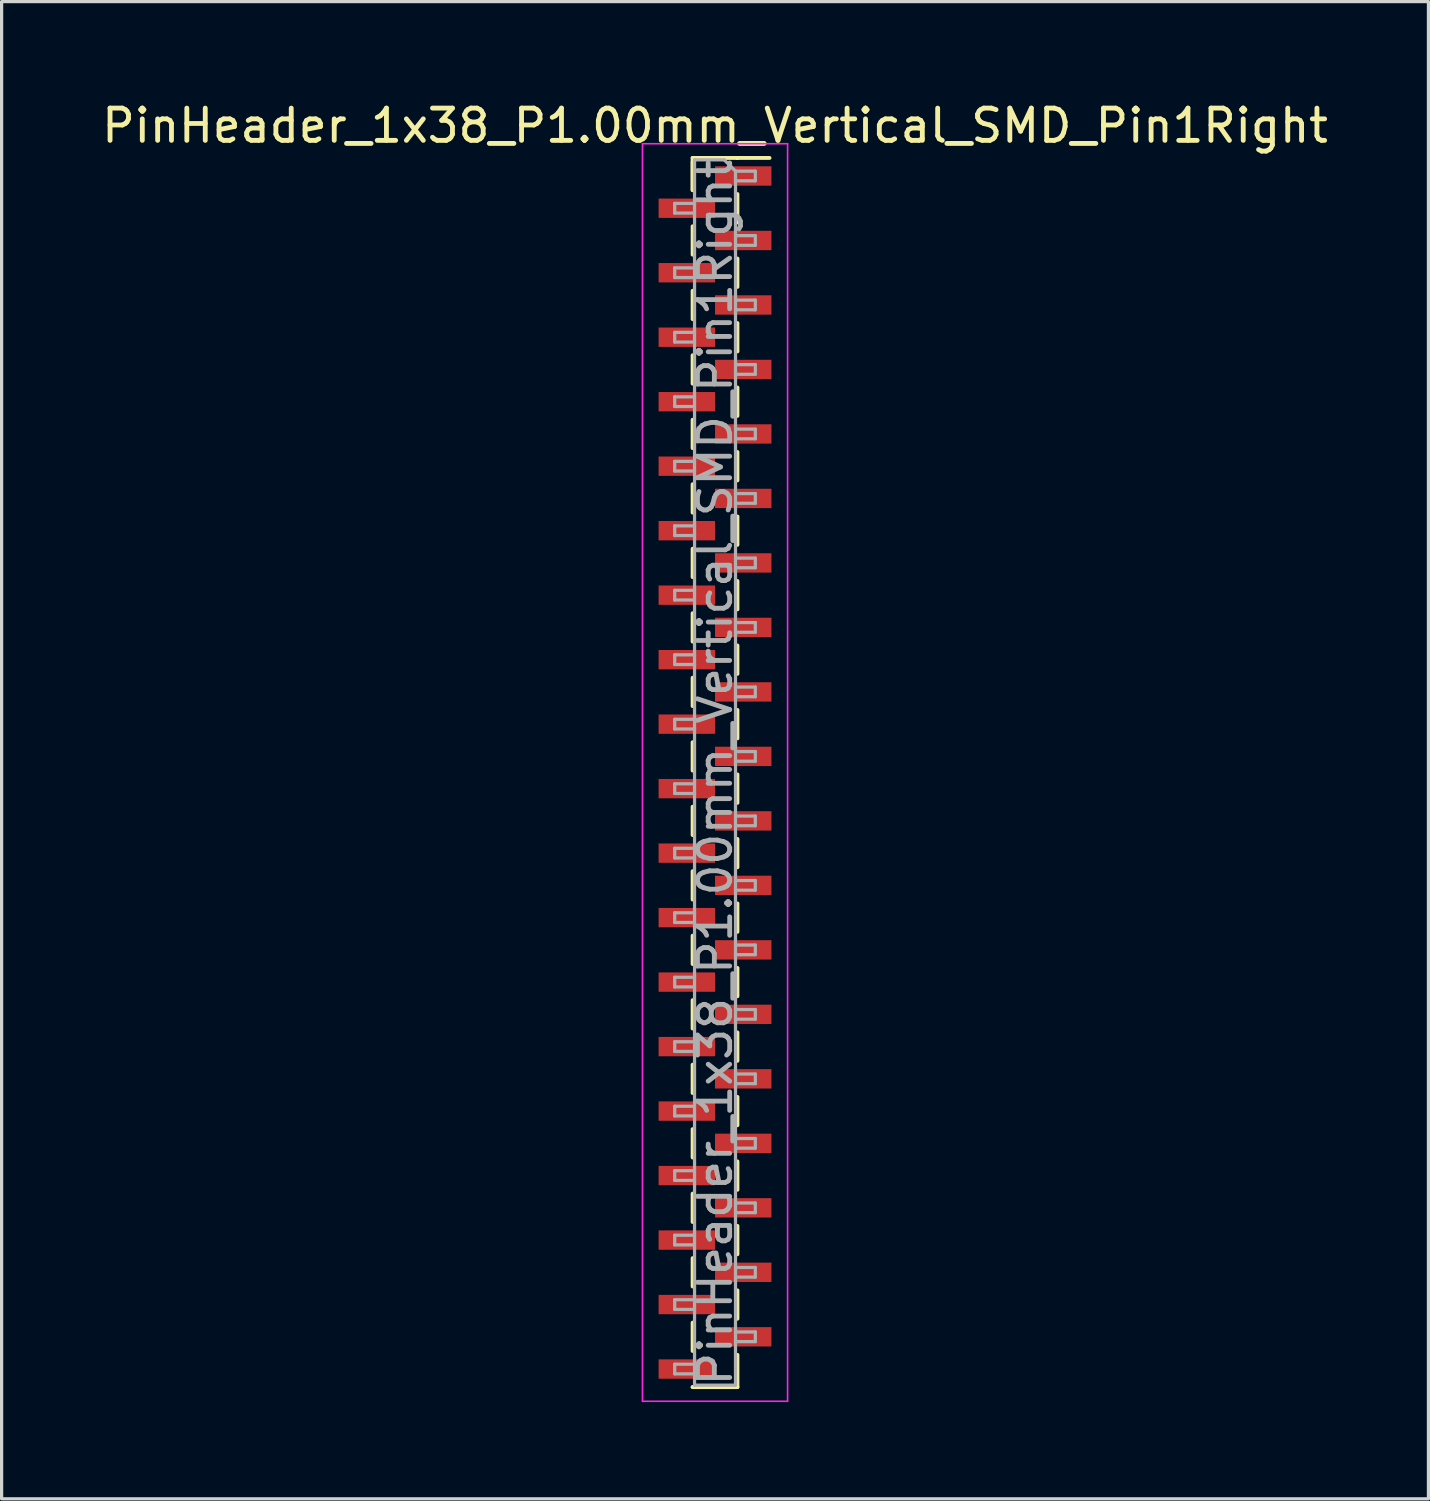
<source format=kicad_pcb>
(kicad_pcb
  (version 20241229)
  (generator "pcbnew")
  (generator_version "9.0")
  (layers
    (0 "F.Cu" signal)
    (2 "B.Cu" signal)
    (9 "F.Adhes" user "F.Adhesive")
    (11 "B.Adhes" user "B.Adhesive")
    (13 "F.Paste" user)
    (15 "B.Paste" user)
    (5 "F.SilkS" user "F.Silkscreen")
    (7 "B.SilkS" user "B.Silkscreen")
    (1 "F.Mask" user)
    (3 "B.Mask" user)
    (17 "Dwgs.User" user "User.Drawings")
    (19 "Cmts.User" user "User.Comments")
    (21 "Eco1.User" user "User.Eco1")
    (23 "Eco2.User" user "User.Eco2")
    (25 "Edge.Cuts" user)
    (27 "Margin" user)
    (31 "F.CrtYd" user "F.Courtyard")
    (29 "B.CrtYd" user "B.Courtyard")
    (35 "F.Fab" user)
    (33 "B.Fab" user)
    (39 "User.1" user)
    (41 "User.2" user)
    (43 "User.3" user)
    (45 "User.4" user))
  (footprint "PinHeader_1x38_P1.00mm_Vertical_SMD_Pin1Right"
    (layer "F.Cu")
    (at 19.125 20.908)
    (property "Reference" "PinHeader_1x38_P1.00mm_Vertical_SMD_Pin1Right" (at 0 -20.06 0) (layer "F.SilkS") (effects (font (size 1 1) (thickness 0.15))))
    (attr smd)
    (fp_line (start -0.695 -19.06) (end -0.695 -18.06) (stroke (width 0.12) (type solid)) (layer "F.SilkS"))
    (fp_line (start -0.695 -19.06) (end 0.695 -19.06) (stroke (width 0.12) (type solid)) (layer "F.SilkS"))
    (fp_line (start -0.695 -18.94) (end -0.695 -18.06) (stroke (width 0.12) (type solid)) (layer "F.SilkS"))
    (fp_line (start -0.695 -16.94) (end -0.695 -16.06) (stroke (width 0.12) (type solid)) (layer "F.SilkS"))
    (fp_line (start -0.695 -14.94) (end -0.695 -14.06) (stroke (width 0.12) (type solid)) (layer "F.SilkS"))
    (fp_line (start -0.695 -12.94) (end -0.695 -12.06) (stroke (width 0.12) (type solid)) (layer "F.SilkS"))
    (fp_line (start -0.695 -10.94) (end -0.695 -10.06) (stroke (width 0.12) (type solid)) (layer "F.SilkS"))
    (fp_line (start -0.695 -8.94) (end -0.695 -8.06) (stroke (width 0.12) (type solid)) (layer "F.SilkS"))
    (fp_line (start -0.695 -6.94) (end -0.695 -6.06) (stroke (width 0.12) (type solid)) (layer "F.SilkS"))
    (fp_line (start -0.695 -4.94) (end -0.695 -4.06) (stroke (width 0.12) (type solid)) (layer "F.SilkS"))
    (fp_line (start -0.695 -2.94) (end -0.695 -2.06) (stroke (width 0.12) (type solid)) (layer "F.SilkS"))
    (fp_line (start -0.695 -0.94) (end -0.695 -0.06) (stroke (width 0.12) (type solid)) (layer "F.SilkS"))
    (fp_line (start -0.695 1.06) (end -0.695 1.94) (stroke (width 0.12) (type solid)) (layer "F.SilkS"))
    (fp_line (start -0.695 3.06) (end -0.695 3.94) (stroke (width 0.12) (type solid)) (layer "F.SilkS"))
    (fp_line (start -0.695 5.06) (end -0.695 5.94) (stroke (width 0.12) (type solid)) (layer "F.SilkS"))
    (fp_line (start -0.695 7.06) (end -0.695 7.94) (stroke (width 0.12) (type solid)) (layer "F.SilkS"))
    (fp_line (start -0.695 9.06) (end -0.695 9.94) (stroke (width 0.12) (type solid)) (layer "F.SilkS"))
    (fp_line (start -0.695 11.06) (end -0.695 11.94) (stroke (width 0.12) (type solid)) (layer "F.SilkS"))
    (fp_line (start -0.695 13.06) (end -0.695 13.94) (stroke (width 0.12) (type solid)) (layer "F.SilkS"))
    (fp_line (start -0.695 15.06) (end -0.695 15.94) (stroke (width 0.12) (type solid)) (layer "F.SilkS"))
    (fp_line (start -0.695 17.06) (end -0.695 17.94) (stroke (width 0.12) (type solid)) (layer "F.SilkS"))
    (fp_line (start -0.695 19.06) (end -0.695 19.06) (stroke (width 0.12) (type solid)) (layer "F.SilkS"))
    (fp_line (start -0.695 19.06) (end 0.695 19.06) (stroke (width 0.12) (type solid)) (layer "F.SilkS"))
    (fp_line (start 0.695 -19.06) (end 0.695 -19.06) (stroke (width 0.12) (type solid)) (layer "F.SilkS"))
    (fp_line (start 0.695 -19.06) (end 1.69 -19.06) (stroke (width 0.12) (type solid)) (layer "F.SilkS"))
    (fp_line (start 0.695 -17.94) (end 0.695 -17.06) (stroke (width 0.12) (type solid)) (layer "F.SilkS"))
    (fp_line (start 0.695 -15.94) (end 0.695 -15.06) (stroke (width 0.12) (type solid)) (layer "F.SilkS"))
    (fp_line (start 0.695 -13.94) (end 0.695 -13.06) (stroke (width 0.12) (type solid)) (layer "F.SilkS"))
    (fp_line (start 0.695 -11.94) (end 0.695 -11.06) (stroke (width 0.12) (type solid)) (layer "F.SilkS"))
    (fp_line (start 0.695 -9.94) (end 0.695 -9.06) (stroke (width 0.12) (type solid)) (layer "F.SilkS"))
    (fp_line (start 0.695 -7.94) (end 0.695 -7.06) (stroke (width 0.12) (type solid)) (layer "F.SilkS"))
    (fp_line (start 0.695 -5.94) (end 0.695 -5.06) (stroke (width 0.12) (type solid)) (layer "F.SilkS"))
    (fp_line (start 0.695 -3.94) (end 0.695 -3.06) (stroke (width 0.12) (type solid)) (layer "F.SilkS"))
    (fp_line (start 0.695 -1.94) (end 0.695 -1.06) (stroke (width 0.12) (type solid)) (layer "F.SilkS"))
    (fp_line (start 0.695 0.06) (end 0.695 0.94) (stroke (width 0.12) (type solid)) (layer "F.SilkS"))
    (fp_line (start 0.695 2.06) (end 0.695 2.94) (stroke (width 0.12) (type solid)) (layer "F.SilkS"))
    (fp_line (start 0.695 4.06) (end 0.695 4.94) (stroke (width 0.12) (type solid)) (layer "F.SilkS"))
    (fp_line (start 0.695 6.06) (end 0.695 6.94) (stroke (width 0.12) (type solid)) (layer "F.SilkS"))
    (fp_line (start 0.695 8.06) (end 0.695 8.94) (stroke (width 0.12) (type solid)) (layer "F.SilkS"))
    (fp_line (start 0.695 10.06) (end 0.695 10.94) (stroke (width 0.12) (type solid)) (layer "F.SilkS"))
    (fp_line (start 0.695 12.06) (end 0.695 12.94) (stroke (width 0.12) (type solid)) (layer "F.SilkS"))
    (fp_line (start 0.695 14.06) (end 0.695 14.94) (stroke (width 0.12) (type solid)) (layer "F.SilkS"))
    (fp_line (start 0.695 16.06) (end 0.695 16.94) (stroke (width 0.12) (type solid)) (layer "F.SilkS"))
    (fp_line (start 0.695 18.06) (end 0.695 19.06) (stroke (width 0.12) (type solid)) (layer "F.SilkS"))
    (fp_line (start -2.25 -19.5) (end -2.25 19.5) (stroke (width 0.05) (type solid)) (layer "F.CrtYd"))
    (fp_line (start -2.25 19.5) (end 2.25 19.5) (stroke (width 0.05) (type solid)) (layer "F.CrtYd"))
    (fp_line (start 2.25 -19.5) (end -2.25 -19.5) (stroke (width 0.05) (type solid)) (layer "F.CrtYd"))
    (fp_line (start 2.25 19.5) (end 2.25 -19.5) (stroke (width 0.05) (type solid)) (layer "F.CrtYd"))
    (fp_line (start -1.25 -17.65) (end -1.25 -17.35) (stroke (width 0.1) (type solid)) (layer "F.Fab"))
    (fp_line (start -1.25 -17.35) (end -0.635 -17.35) (stroke (width 0.1) (type solid)) (layer "F.Fab"))
    (fp_line (start -1.25 -15.65) (end -1.25 -15.35) (stroke (width 0.1) (type solid)) (layer "F.Fab"))
    (fp_line (start -1.25 -15.35) (end -0.635 -15.35) (stroke (width 0.1) (type solid)) (layer "F.Fab"))
    (fp_line (start -1.25 -13.65) (end -1.25 -13.35) (stroke (width 0.1) (type solid)) (layer "F.Fab"))
    (fp_line (start -1.25 -13.35) (end -0.635 -13.35) (stroke (width 0.1) (type solid)) (layer "F.Fab"))
    (fp_line (start -1.25 -11.65) (end -1.25 -11.35) (stroke (width 0.1) (type solid)) (layer "F.Fab"))
    (fp_line (start -1.25 -11.35) (end -0.635 -11.35) (stroke (width 0.1) (type solid)) (layer "F.Fab"))
    (fp_line (start -1.25 -9.65) (end -1.25 -9.35) (stroke (width 0.1) (type solid)) (layer "F.Fab"))
    (fp_line (start -1.25 -9.35) (end -0.635 -9.35) (stroke (width 0.1) (type solid)) (layer "F.Fab"))
    (fp_line (start -1.25 -7.65) (end -1.25 -7.35) (stroke (width 0.1) (type solid)) (layer "F.Fab"))
    (fp_line (start -1.25 -7.35) (end -0.635 -7.35) (stroke (width 0.1) (type solid)) (layer "F.Fab"))
    (fp_line (start -1.25 -5.65) (end -1.25 -5.35) (stroke (width 0.1) (type solid)) (layer "F.Fab"))
    (fp_line (start -1.25 -5.35) (end -0.635 -5.35) (stroke (width 0.1) (type solid)) (layer "F.Fab"))
    (fp_line (start -1.25 -3.65) (end -1.25 -3.35) (stroke (width 0.1) (type solid)) (layer "F.Fab"))
    (fp_line (start -1.25 -3.35) (end -0.635 -3.35) (stroke (width 0.1) (type solid)) (layer "F.Fab"))
    (fp_line (start -1.25 -1.65) (end -1.25 -1.35) (stroke (width 0.1) (type solid)) (layer "F.Fab"))
    (fp_line (start -1.25 -1.35) (end -0.635 -1.35) (stroke (width 0.1) (type solid)) (layer "F.Fab"))
    (fp_line (start -1.25 0.35) (end -1.25 0.65) (stroke (width 0.1) (type solid)) (layer "F.Fab"))
    (fp_line (start -1.25 0.65) (end -0.635 0.65) (stroke (width 0.1) (type solid)) (layer "F.Fab"))
    (fp_line (start -1.25 2.35) (end -1.25 2.65) (stroke (width 0.1) (type solid)) (layer "F.Fab"))
    (fp_line (start -1.25 2.65) (end -0.635 2.65) (stroke (width 0.1) (type solid)) (layer "F.Fab"))
    (fp_line (start -1.25 4.35) (end -1.25 4.65) (stroke (width 0.1) (type solid)) (layer "F.Fab"))
    (fp_line (start -1.25 4.65) (end -0.635 4.65) (stroke (width 0.1) (type solid)) (layer "F.Fab"))
    (fp_line (start -1.25 6.35) (end -1.25 6.65) (stroke (width 0.1) (type solid)) (layer "F.Fab"))
    (fp_line (start -1.25 6.65) (end -0.635 6.65) (stroke (width 0.1) (type solid)) (layer "F.Fab"))
    (fp_line (start -1.25 8.35) (end -1.25 8.65) (stroke (width 0.1) (type solid)) (layer "F.Fab"))
    (fp_line (start -1.25 8.65) (end -0.635 8.65) (stroke (width 0.1) (type solid)) (layer "F.Fab"))
    (fp_line (start -1.25 10.35) (end -1.25 10.65) (stroke (width 0.1) (type solid)) (layer "F.Fab"))
    (fp_line (start -1.25 10.65) (end -0.635 10.65) (stroke (width 0.1) (type solid)) (layer "F.Fab"))
    (fp_line (start -1.25 12.35) (end -1.25 12.65) (stroke (width 0.1) (type solid)) (layer "F.Fab"))
    (fp_line (start -1.25 12.65) (end -0.635 12.65) (stroke (width 0.1) (type solid)) (layer "F.Fab"))
    (fp_line (start -1.25 14.35) (end -1.25 14.65) (stroke (width 0.1) (type solid)) (layer "F.Fab"))
    (fp_line (start -1.25 14.65) (end -0.635 14.65) (stroke (width 0.1) (type solid)) (layer "F.Fab"))
    (fp_line (start -1.25 16.35) (end -1.25 16.65) (stroke (width 0.1) (type solid)) (layer "F.Fab"))
    (fp_line (start -1.25 16.65) (end -0.635 16.65) (stroke (width 0.1) (type solid)) (layer "F.Fab"))
    (fp_line (start -1.25 18.35) (end -1.25 18.65) (stroke (width 0.1) (type solid)) (layer "F.Fab"))
    (fp_line (start -1.25 18.65) (end -0.635 18.65) (stroke (width 0.1) (type solid)) (layer "F.Fab"))
    (fp_line (start -0.635 -19) (end -0.635 19) (stroke (width 0.1) (type solid)) (layer "F.Fab"))
    (fp_line (start -0.635 -19) (end 0.285 -19) (stroke (width 0.1) (type solid)) (layer "F.Fab"))
    (fp_line (start -0.635 -17.65) (end -1.25 -17.65) (stroke (width 0.1) (type solid)) (layer "F.Fab"))
    (fp_line (start -0.635 -15.65) (end -1.25 -15.65) (stroke (width 0.1) (type solid)) (layer "F.Fab"))
    (fp_line (start -0.635 -13.65) (end -1.25 -13.65) (stroke (width 0.1) (type solid)) (layer "F.Fab"))
    (fp_line (start -0.635 -11.65) (end -1.25 -11.65) (stroke (width 0.1) (type solid)) (layer "F.Fab"))
    (fp_line (start -0.635 -9.65) (end -1.25 -9.65) (stroke (width 0.1) (type solid)) (layer "F.Fab"))
    (fp_line (start -0.635 -7.65) (end -1.25 -7.65) (stroke (width 0.1) (type solid)) (layer "F.Fab"))
    (fp_line (start -0.635 -5.65) (end -1.25 -5.65) (stroke (width 0.1) (type solid)) (layer "F.Fab"))
    (fp_line (start -0.635 -3.65) (end -1.25 -3.65) (stroke (width 0.1) (type solid)) (layer "F.Fab"))
    (fp_line (start -0.635 -1.65) (end -1.25 -1.65) (stroke (width 0.1) (type solid)) (layer "F.Fab"))
    (fp_line (start -0.635 0.35) (end -1.25 0.35) (stroke (width 0.1) (type solid)) (layer "F.Fab"))
    (fp_line (start -0.635 2.35) (end -1.25 2.35) (stroke (width 0.1) (type solid)) (layer "F.Fab"))
    (fp_line (start -0.635 4.35) (end -1.25 4.35) (stroke (width 0.1) (type solid)) (layer "F.Fab"))
    (fp_line (start -0.635 6.35) (end -1.25 6.35) (stroke (width 0.1) (type solid)) (layer "F.Fab"))
    (fp_line (start -0.635 8.35) (end -1.25 8.35) (stroke (width 0.1) (type solid)) (layer "F.Fab"))
    (fp_line (start -0.635 10.35) (end -1.25 10.35) (stroke (width 0.1) (type solid)) (layer "F.Fab"))
    (fp_line (start -0.635 12.35) (end -1.25 12.35) (stroke (width 0.1) (type solid)) (layer "F.Fab"))
    (fp_line (start -0.635 14.35) (end -1.25 14.35) (stroke (width 0.1) (type solid)) (layer "F.Fab"))
    (fp_line (start -0.635 16.35) (end -1.25 16.35) (stroke (width 0.1) (type solid)) (layer "F.Fab"))
    (fp_line (start -0.635 18.35) (end -1.25 18.35) (stroke (width 0.1) (type solid)) (layer "F.Fab"))
    (fp_line (start 0.635 -18.65) (end 0.285 -19) (stroke (width 0.1) (type solid)) (layer "F.Fab"))
    (fp_line (start 0.635 -18.65) (end 1.25 -18.65) (stroke (width 0.1) (type solid)) (layer "F.Fab"))
    (fp_line (start 0.635 -16.65) (end 1.25 -16.65) (stroke (width 0.1) (type solid)) (layer "F.Fab"))
    (fp_line (start 0.635 -14.65) (end 1.25 -14.65) (stroke (width 0.1) (type solid)) (layer "F.Fab"))
    (fp_line (start 0.635 -12.65) (end 1.25 -12.65) (stroke (width 0.1) (type solid)) (layer "F.Fab"))
    (fp_line (start 0.635 -10.65) (end 1.25 -10.65) (stroke (width 0.1) (type solid)) (layer "F.Fab"))
    (fp_line (start 0.635 -8.65) (end 1.25 -8.65) (stroke (width 0.1) (type solid)) (layer "F.Fab"))
    (fp_line (start 0.635 -6.65) (end 1.25 -6.65) (stroke (width 0.1) (type solid)) (layer "F.Fab"))
    (fp_line (start 0.635 -4.65) (end 1.25 -4.65) (stroke (width 0.1) (type solid)) (layer "F.Fab"))
    (fp_line (start 0.635 -2.65) (end 1.25 -2.65) (stroke (width 0.1) (type solid)) (layer "F.Fab"))
    (fp_line (start 0.635 -0.65) (end 1.25 -0.65) (stroke (width 0.1) (type solid)) (layer "F.Fab"))
    (fp_line (start 0.635 1.35) (end 1.25 1.35) (stroke (width 0.1) (type solid)) (layer "F.Fab"))
    (fp_line (start 0.635 3.35) (end 1.25 3.35) (stroke (width 0.1) (type solid)) (layer "F.Fab"))
    (fp_line (start 0.635 5.35) (end 1.25 5.35) (stroke (width 0.1) (type solid)) (layer "F.Fab"))
    (fp_line (start 0.635 7.35) (end 1.25 7.35) (stroke (width 0.1) (type solid)) (layer "F.Fab"))
    (fp_line (start 0.635 9.35) (end 1.25 9.35) (stroke (width 0.1) (type solid)) (layer "F.Fab"))
    (fp_line (start 0.635 11.35) (end 1.25 11.35) (stroke (width 0.1) (type solid)) (layer "F.Fab"))
    (fp_line (start 0.635 13.35) (end 1.25 13.35) (stroke (width 0.1) (type solid)) (layer "F.Fab"))
    (fp_line (start 0.635 15.35) (end 1.25 15.35) (stroke (width 0.1) (type solid)) (layer "F.Fab"))
    (fp_line (start 0.635 17.35) (end 1.25 17.35) (stroke (width 0.1) (type solid)) (layer "F.Fab"))
    (fp_line (start 0.635 19) (end -0.635 19) (stroke (width 0.1) (type solid)) (layer "F.Fab"))
    (fp_line (start 0.635 19) (end 0.635 -18.65) (stroke (width 0.1) (type solid)) (layer "F.Fab"))
    (fp_line (start 1.25 -18.65) (end 1.25 -18.35) (stroke (width 0.1) (type solid)) (layer "F.Fab"))
    (fp_line (start 1.25 -18.35) (end 0.635 -18.35) (stroke (width 0.1) (type solid)) (layer "F.Fab"))
    (fp_line (start 1.25 -16.65) (end 1.25 -16.35) (stroke (width 0.1) (type solid)) (layer "F.Fab"))
    (fp_line (start 1.25 -16.35) (end 0.635 -16.35) (stroke (width 0.1) (type solid)) (layer "F.Fab"))
    (fp_line (start 1.25 -14.65) (end 1.25 -14.35) (stroke (width 0.1) (type solid)) (layer "F.Fab"))
    (fp_line (start 1.25 -14.35) (end 0.635 -14.35) (stroke (width 0.1) (type solid)) (layer "F.Fab"))
    (fp_line (start 1.25 -12.65) (end 1.25 -12.35) (stroke (width 0.1) (type solid)) (layer "F.Fab"))
    (fp_line (start 1.25 -12.35) (end 0.635 -12.35) (stroke (width 0.1) (type solid)) (layer "F.Fab"))
    (fp_line (start 1.25 -10.65) (end 1.25 -10.35) (stroke (width 0.1) (type solid)) (layer "F.Fab"))
    (fp_line (start 1.25 -10.35) (end 0.635 -10.35) (stroke (width 0.1) (type solid)) (layer "F.Fab"))
    (fp_line (start 1.25 -8.65) (end 1.25 -8.35) (stroke (width 0.1) (type solid)) (layer "F.Fab"))
    (fp_line (start 1.25 -8.35) (end 0.635 -8.35) (stroke (width 0.1) (type solid)) (layer "F.Fab"))
    (fp_line (start 1.25 -6.65) (end 1.25 -6.35) (stroke (width 0.1) (type solid)) (layer "F.Fab"))
    (fp_line (start 1.25 -6.35) (end 0.635 -6.35) (stroke (width 0.1) (type solid)) (layer "F.Fab"))
    (fp_line (start 1.25 -4.65) (end 1.25 -4.35) (stroke (width 0.1) (type solid)) (layer "F.Fab"))
    (fp_line (start 1.25 -4.35) (end 0.635 -4.35) (stroke (width 0.1) (type solid)) (layer "F.Fab"))
    (fp_line (start 1.25 -2.65) (end 1.25 -2.35) (stroke (width 0.1) (type solid)) (layer "F.Fab"))
    (fp_line (start 1.25 -2.35) (end 0.635 -2.35) (stroke (width 0.1) (type solid)) (layer "F.Fab"))
    (fp_line (start 1.25 -0.65) (end 1.25 -0.35) (stroke (width 0.1) (type solid)) (layer "F.Fab"))
    (fp_line (start 1.25 -0.35) (end 0.635 -0.35) (stroke (width 0.1) (type solid)) (layer "F.Fab"))
    (fp_line (start 1.25 1.35) (end 1.25 1.65) (stroke (width 0.1) (type solid)) (layer "F.Fab"))
    (fp_line (start 1.25 1.65) (end 0.635 1.65) (stroke (width 0.1) (type solid)) (layer "F.Fab"))
    (fp_line (start 1.25 3.35) (end 1.25 3.65) (stroke (width 0.1) (type solid)) (layer "F.Fab"))
    (fp_line (start 1.25 3.65) (end 0.635 3.65) (stroke (width 0.1) (type solid)) (layer "F.Fab"))
    (fp_line (start 1.25 5.35) (end 1.25 5.65) (stroke (width 0.1) (type solid)) (layer "F.Fab"))
    (fp_line (start 1.25 5.65) (end 0.635 5.65) (stroke (width 0.1) (type solid)) (layer "F.Fab"))
    (fp_line (start 1.25 7.35) (end 1.25 7.65) (stroke (width 0.1) (type solid)) (layer "F.Fab"))
    (fp_line (start 1.25 7.65) (end 0.635 7.65) (stroke (width 0.1) (type solid)) (layer "F.Fab"))
    (fp_line (start 1.25 9.35) (end 1.25 9.65) (stroke (width 0.1) (type solid)) (layer "F.Fab"))
    (fp_line (start 1.25 9.65) (end 0.635 9.65) (stroke (width 0.1) (type solid)) (layer "F.Fab"))
    (fp_line (start 1.25 11.35) (end 1.25 11.65) (stroke (width 0.1) (type solid)) (layer "F.Fab"))
    (fp_line (start 1.25 11.65) (end 0.635 11.65) (stroke (width 0.1) (type solid)) (layer "F.Fab"))
    (fp_line (start 1.25 13.35) (end 1.25 13.65) (stroke (width 0.1) (type solid)) (layer "F.Fab"))
    (fp_line (start 1.25 13.65) (end 0.635 13.65) (stroke (width 0.1) (type solid)) (layer "F.Fab"))
    (fp_line (start 1.25 15.35) (end 1.25 15.65) (stroke (width 0.1) (type solid)) (layer "F.Fab"))
    (fp_line (start 1.25 15.65) (end 0.635 15.65) (stroke (width 0.1) (type solid)) (layer "F.Fab"))
    (fp_line (start 1.25 17.35) (end 1.25 17.65) (stroke (width 0.1) (type solid)) (layer "F.Fab"))
    (fp_line (start 1.25 17.65) (end 0.635 17.65) (stroke (width 0.1) (type solid)) (layer "F.Fab"))
    (fp_text user "${REFERENCE}" (at 0 0 90) (layer "F.Fab") (effects (font (size 1 1) (thickness 0.15))))
    (pad "1" smd rect (at 0.875 -18.5) (size 1.75 0.6) (layers "F.Cu" "F.Mask" "F.Paste"))
    (pad "2" smd rect (at -0.875 -17.5) (size 1.75 0.6) (layers "F.Cu" "F.Mask" "F.Paste"))
    (pad "3" smd rect (at 0.875 -16.5) (size 1.75 0.6) (layers "F.Cu" "F.Mask" "F.Paste"))
    (pad "4" smd rect (at -0.875 -15.5) (size 1.75 0.6) (layers "F.Cu" "F.Mask" "F.Paste"))
    (pad "5" smd rect (at 0.875 -14.5) (size 1.75 0.6) (layers "F.Cu" "F.Mask" "F.Paste"))
    (pad "6" smd rect (at -0.875 -13.5) (size 1.75 0.6) (layers "F.Cu" "F.Mask" "F.Paste"))
    (pad "7" smd rect (at 0.875 -12.5) (size 1.75 0.6) (layers "F.Cu" "F.Mask" "F.Paste"))
    (pad "8" smd rect (at -0.875 -11.5) (size 1.75 0.6) (layers "F.Cu" "F.Mask" "F.Paste"))
    (pad "9" smd rect (at 0.875 -10.5) (size 1.75 0.6) (layers "F.Cu" "F.Mask" "F.Paste"))
    (pad "10" smd rect (at -0.875 -9.5) (size 1.75 0.6) (layers "F.Cu" "F.Mask" "F.Paste"))
    (pad "11" smd rect (at 0.875 -8.5) (size 1.75 0.6) (layers "F.Cu" "F.Mask" "F.Paste"))
    (pad "12" smd rect (at -0.875 -7.5) (size 1.75 0.6) (layers "F.Cu" "F.Mask" "F.Paste"))
    (pad "13" smd rect (at 0.875 -6.5) (size 1.75 0.6) (layers "F.Cu" "F.Mask" "F.Paste"))
    (pad "14" smd rect (at -0.875 -5.5) (size 1.75 0.6) (layers "F.Cu" "F.Mask" "F.Paste"))
    (pad "15" smd rect (at 0.875 -4.5) (size 1.75 0.6) (layers "F.Cu" "F.Mask" "F.Paste"))
    (pad "16" smd rect (at -0.875 -3.5) (size 1.75 0.6) (layers "F.Cu" "F.Mask" "F.Paste"))
    (pad "17" smd rect (at 0.875 -2.5) (size 1.75 0.6) (layers "F.Cu" "F.Mask" "F.Paste"))
    (pad "18" smd rect (at -0.875 -1.5) (size 1.75 0.6) (layers "F.Cu" "F.Mask" "F.Paste"))
    (pad "19" smd rect (at 0.875 -0.5) (size 1.75 0.6) (layers "F.Cu" "F.Mask" "F.Paste"))
    (pad "20" smd rect (at -0.875 0.5) (size 1.75 0.6) (layers "F.Cu" "F.Mask" "F.Paste"))
    (pad "21" smd rect (at 0.875 1.5) (size 1.75 0.6) (layers "F.Cu" "F.Mask" "F.Paste"))
    (pad "22" smd rect (at -0.875 2.5) (size 1.75 0.6) (layers "F.Cu" "F.Mask" "F.Paste"))
    (pad "23" smd rect (at 0.875 3.5) (size 1.75 0.6) (layers "F.Cu" "F.Mask" "F.Paste"))
    (pad "24" smd rect (at -0.875 4.5) (size 1.75 0.6) (layers "F.Cu" "F.Mask" "F.Paste"))
    (pad "25" smd rect (at 0.875 5.5) (size 1.75 0.6) (layers "F.Cu" "F.Mask" "F.Paste"))
    (pad "26" smd rect (at -0.875 6.5) (size 1.75 0.6) (layers "F.Cu" "F.Mask" "F.Paste"))
    (pad "27" smd rect (at 0.875 7.5) (size 1.75 0.6) (layers "F.Cu" "F.Mask" "F.Paste"))
    (pad "28" smd rect (at -0.875 8.5) (size 1.75 0.6) (layers "F.Cu" "F.Mask" "F.Paste"))
    (pad "29" smd rect (at 0.875 9.5) (size 1.75 0.6) (layers "F.Cu" "F.Mask" "F.Paste"))
    (pad "30" smd rect (at -0.875 10.5) (size 1.75 0.6) (layers "F.Cu" "F.Mask" "F.Paste"))
    (pad "31" smd rect (at 0.875 11.5) (size 1.75 0.6) (layers "F.Cu" "F.Mask" "F.Paste"))
    (pad "32" smd rect (at -0.875 12.5) (size 1.75 0.6) (layers "F.Cu" "F.Mask" "F.Paste"))
    (pad "33" smd rect (at 0.875 13.5) (size 1.75 0.6) (layers "F.Cu" "F.Mask" "F.Paste"))
    (pad "34" smd rect (at -0.875 14.5) (size 1.75 0.6) (layers "F.Cu" "F.Mask" "F.Paste"))
    (pad "35" smd rect (at 0.875 15.5) (size 1.75 0.6) (layers "F.Cu" "F.Mask" "F.Paste"))
    (pad "36" smd rect (at -0.875 16.5) (size 1.75 0.6) (layers "F.Cu" "F.Mask" "F.Paste"))
    (pad "37" smd rect (at 0.875 17.5) (size 1.75 0.6) (layers "F.Cu" "F.Mask" "F.Paste"))
    (pad "38" smd rect (at -0.875 18.5) (size 1.75 0.6) (layers "F.Cu" "F.Mask" "F.Paste")))
  (gr_rect
    (start -3 -3)
    (end 41.25 43.433)
    (stroke (width 0.1) (type default))
    (fill no)
    (layer "Edge.Cuts")))
</source>
